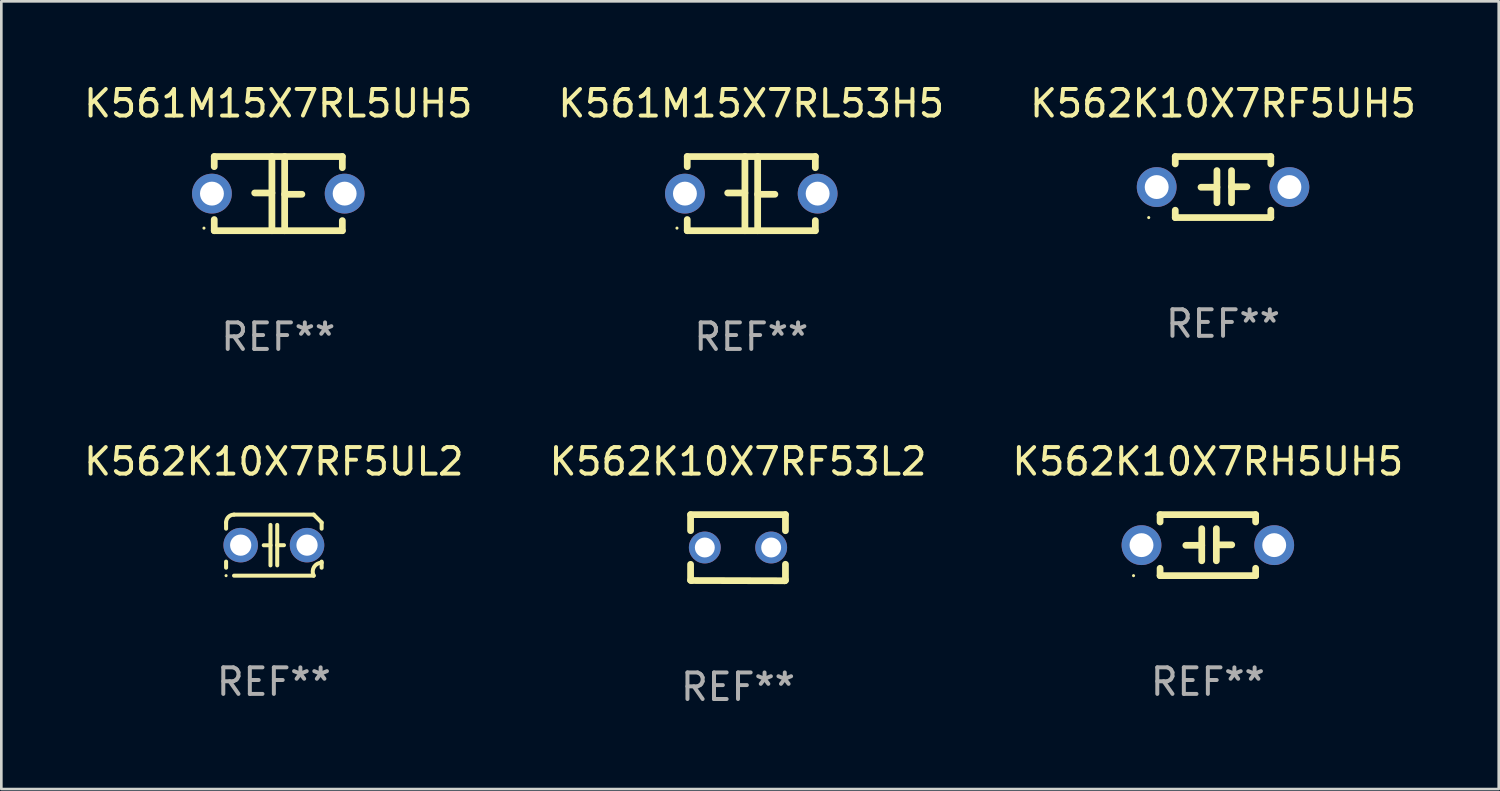
<source format=kicad_pcb>
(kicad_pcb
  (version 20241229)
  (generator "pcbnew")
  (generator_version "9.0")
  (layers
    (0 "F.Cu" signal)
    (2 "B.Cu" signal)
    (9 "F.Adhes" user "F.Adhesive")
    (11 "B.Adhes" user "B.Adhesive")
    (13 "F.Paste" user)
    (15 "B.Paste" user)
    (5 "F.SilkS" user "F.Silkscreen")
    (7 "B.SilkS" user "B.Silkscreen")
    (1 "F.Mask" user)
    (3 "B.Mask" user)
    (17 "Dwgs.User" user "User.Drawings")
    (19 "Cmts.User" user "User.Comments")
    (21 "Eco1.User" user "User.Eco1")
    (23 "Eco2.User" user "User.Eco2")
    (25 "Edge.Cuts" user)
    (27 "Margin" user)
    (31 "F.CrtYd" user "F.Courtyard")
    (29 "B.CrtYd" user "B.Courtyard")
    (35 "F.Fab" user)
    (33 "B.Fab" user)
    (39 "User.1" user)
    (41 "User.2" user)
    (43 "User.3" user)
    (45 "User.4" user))
  (footprint "K561M15X7RL53H5"
    (layer "F.Cu")
    (at 25.256 4.245)
    (property "Reference" "K561M15X7RL53H5" (at 0 -3.397 0) (layer "F.SilkS") (effects (font (size 1 1) (thickness 0.15))))
    (attr through_hole)
    (fp_line (start -2.413 -1.397) (end 2.413 -1.397) (stroke (width 0.254) (type solid)) (layer "F.SilkS"))
    (fp_line (start -2.413 -1.016) (end -2.413 -1.397) (stroke (width 0.254) (type solid)) (layer "F.SilkS"))
    (fp_line (start -2.413 0.977) (end -2.413 1.397) (stroke (width 0.254) (type solid)) (layer "F.SilkS"))
    (fp_line (start -0.24 -0.025) (end -0.889 -0.025) (stroke (width 0.254) (type solid)) (layer "F.SilkS"))
    (fp_line (start -0.24 1.397) (end -0.24 -1.397) (stroke (width 0.254) (type solid)) (layer "F.SilkS"))
    (fp_line (start 0.24 -1.397) (end 0.24 1.397) (stroke (width 0.254) (type solid)) (layer "F.SilkS"))
    (fp_line (start 0.24 0.025) (end 0.889 0.025) (stroke (width 0.254) (type solid)) (layer "F.SilkS"))
    (fp_line (start 2.413 -0.977) (end 2.413 -1.397) (stroke (width 0.254) (type solid)) (layer "F.SilkS"))
    (fp_line (start 2.413 1.016) (end 2.413 1.397) (stroke (width 0.254) (type solid)) (layer "F.SilkS"))
    (fp_line (start 2.413 1.397) (end -2.413 1.397) (stroke (width 0.254) (type solid)) (layer "F.SilkS"))
    (fp_circle (center -2.8 1.3) (end -2.77 1.3) (stroke (width 0.06) (type solid)) (fill no) (layer "F.SilkS"))
    (fp_text user "REF**" (at 0 5.397 0) (layer "F.Fab") (effects (font (size 1 1) (thickness 0.15))))
    (pad "1" thru_hole circle (at -2.5 0) (size 1.5 1.5) (drill 0.9) (layers "*.Cu" "*.Mask"))
    (pad "2" thru_hole circle (at 2.5 0) (size 1.5 1.5) (drill 0.9) (layers "*.Cu" "*.Mask")))
  (footprint "K562K10X7RF53L2"
    (layer "F.Cu")
    (at 24.756 17.585)
    (property "Reference" "K562K10X7RF53L2" (at 0 -3.246 0) (layer "F.SilkS") (effects (font (size 1 1) (thickness 0.15))))
    (attr through_hole)
    (fp_line (start -1.787 -1.246) (end -1.787 -0.642) (stroke (width 0.254) (type solid)) (layer "F.SilkS"))
    (fp_line (start -1.787 0.627) (end -1.787 1.228) (stroke (width 0.254) (type solid)) (layer "F.SilkS"))
    (fp_line (start -1.787 1.228) (end -1.75 1.237) (stroke (width 0.254) (type solid)) (layer "F.SilkS"))
    (fp_line (start -1.75 1.237) (end 1.759 1.246) (stroke (width 0.254) (type solid)) (layer "F.SilkS"))
    (fp_line (start 1.759 1.246) (end 1.787 1.218) (stroke (width 0.254) (type solid)) (layer "F.SilkS"))
    (fp_line (start 1.787 -1.246) (end -1.787 -1.246) (stroke (width 0.254) (type solid)) (layer "F.SilkS"))
    (fp_line (start 1.787 -0.639) (end 1.787 -1.246) (stroke (width 0.254) (type solid)) (layer "F.SilkS"))
    (fp_line (start 1.787 1.237) (end 1.787 0.625) (stroke (width 0.254) (type solid)) (layer "F.SilkS"))
    (fp_circle (center -1.801 1.243) (end -1.771 1.243) (stroke (width 0.06) (type solid)) (fill no) (layer "F.SilkS"))
    (fp_text user "REF**" (at 0 5.246 0) (layer "F.Fab") (effects (font (size 1 1) (thickness 0.15))))
    (pad "1" thru_hole circle (at -1.251 -0.007) (size 1.2 1.2) (drill 0.75) (layers "*.Cu" "*.Mask"))
    (pad "2" thru_hole circle (at 1.249 -0.007) (size 1.2 1.2) (drill 0.75) (layers "*.Cu" "*.Mask")))
  (footprint "K562K10X7RF5UL2"
    (layer "F.Cu")
    (at 7.268 17.489)
    (property "Reference" "K562K10X7RF5UL2" (at 0 -3.15 0) (layer "F.SilkS") (effects (font (size 1 1) (thickness 0.15))))
    (attr through_hole)
    (fp_line (start -1.8 -0.621) (end -1.8 -0.85) (stroke (width 0.152) (type solid)) (layer "F.SilkS"))
    (fp_line (start -1.8 0.85) (end -1.8 0.621) (stroke (width 0.152) (type solid)) (layer "F.SilkS"))
    (fp_line (start -1.5 -1.15) (end 1.5 -1.15) (stroke (width 0.152) (type solid)) (layer "F.SilkS"))
    (fp_line (start -0.127 -0.762) (end -0.127 0.762) (stroke (width 0.152) (type solid)) (layer "F.SilkS"))
    (fp_line (start -0.127 0.005) (end -0.381 0.005) (stroke (width 0.152) (type solid)) (layer "F.SilkS"))
    (fp_line (start 0.127 -0.762) (end 0.127 0.762) (stroke (width 0.152) (type solid)) (layer "F.SilkS"))
    (fp_line (start 0.127 0.002) (end 0.381 0.002) (stroke (width 0.152) (type solid)) (layer "F.SilkS"))
    (fp_line (start 1.5 1.15) (end -1.5 1.15) (stroke (width 0.152) (type solid)) (layer "F.SilkS"))
    (fp_line (start 1.8 -0.85) (end 1.8 -0.621) (stroke (width 0.152) (type solid)) (layer "F.SilkS"))
    (fp_line (start 1.8 0.621) (end 1.8 0.85) (stroke (width 0.152) (type solid)) (layer "F.SilkS"))
    (fp_arc (start -1.799975 -0.849987) (mid -1.712107 -1.062119) (end -1.499975 -1.149987) (stroke (width 0.151994) (type solid)) (layer "F.SilkS"))
    (fp_arc (start 1.499975 1.149987) (mid 1.513726 0.822359) (end 1.799975 0.662387) (stroke (width 0.151994) (type solid)) (layer "F.SilkS"))
    (fp_arc (start 1.500001 -1.149986) (mid 1.650015 -1.000001) (end 1.8 -0.849987) (stroke (width 0.151994) (type solid)) (layer "F.SilkS"))
    (fp_circle (center -1.8 1.15) (end -1.77 1.15) (stroke (width 0.06) (type solid)) (fill no) (layer "F.SilkS"))
    (fp_text user "REF**" (at 0 5.15 0) (layer "F.Fab") (effects (font (size 1 1) (thickness 0.15))))
    (pad "1" thru_hole circle (at -1.25 0) (size 1.3 1.3) (drill 0.8) (layers "*.Cu" "*.Mask"))
    (pad "2" thru_hole circle (at 1.25 0) (size 1.3 1.3) (drill 0.8) (layers "*.Cu" "*.Mask")))
  (footprint "K562K10X7RH5UH5"
    (layer "F.Cu")
    (at 42.458 17.489)
    (property "Reference" "K562K10X7RH5UH5" (at 0 -3.15 0) (layer "F.SilkS") (effects (font (size 1 1) (thickness 0.15))))
    (attr through_hole)
    (fp_line (start -1.8 -1.15) (end -1.8 -0.872) (stroke (width 0.254) (type solid)) (layer "F.SilkS"))
    (fp_line (start -1.8 -1.15) (end 1.8 -1.15) (stroke (width 0.254) (type solid)) (layer "F.SilkS"))
    (fp_line (start -1.8 0.872) (end -1.8 1.15) (stroke (width 0.254) (type solid)) (layer "F.SilkS"))
    (fp_line (start -1.8 1.15) (end 1.8 1.15) (stroke (width 0.254) (type solid)) (layer "F.SilkS"))
    (fp_line (start -0.23 -0.62) (end -0.23 0.59) (stroke (width 0.254) (type solid)) (layer "F.SilkS"))
    (fp_line (start -0.23 0.007) (end -0.83 0.007) (stroke (width 0.254) (type solid)) (layer "F.SilkS"))
    (fp_line (start 0.32 -0.62) (end 0.32 0.59) (stroke (width 0.254) (type solid)) (layer "F.SilkS"))
    (fp_line (start 0.32 -0.012) (end 0.9 -0.012) (stroke (width 0.254) (type solid)) (layer "F.SilkS"))
    (fp_line (start 1.8 -1.15) (end 1.8 -0.872) (stroke (width 0.254) (type solid)) (layer "F.SilkS"))
    (fp_line (start 1.8 0.872) (end 1.8 1.15) (stroke (width 0.254) (type solid)) (layer "F.SilkS"))
    (fp_circle (center -2.8 1.15) (end -2.77 1.15) (stroke (width 0.06) (type solid)) (fill no) (layer "F.SilkS"))
    (fp_text user "REF**" (at 0 5.15 0) (layer "F.Fab") (effects (font (size 1 1) (thickness 0.15))))
    (pad "1" thru_hole circle (at -2.5 0) (size 1.5 1.5) (drill 0.9) (layers "*.Cu" "*.Mask"))
    (pad "2" thru_hole circle (at 2.5 0) (size 1.5 1.5) (drill 0.9) (layers "*.Cu" "*.Mask")))
  (footprint "K561M15X7RL5UH5"
    (layer "F.Cu")
    (at 7.435 4.245)
    (property "Reference" "K561M15X7RL5UH5" (at 0 -3.397 0) (layer "F.SilkS") (effects (font (size 1 1) (thickness 0.15))))
    (attr through_hole)
    (fp_line (start -2.413 -1.397) (end 2.413 -1.397) (stroke (width 0.254) (type solid)) (layer "F.SilkS"))
    (fp_line (start -2.413 -1.016) (end -2.413 -1.397) (stroke (width 0.254) (type solid)) (layer "F.SilkS"))
    (fp_line (start -2.413 0.977) (end -2.413 1.397) (stroke (width 0.254) (type solid)) (layer "F.SilkS"))
    (fp_line (start -0.24 -0.025) (end -0.889 -0.025) (stroke (width 0.254) (type solid)) (layer "F.SilkS"))
    (fp_line (start -0.24 1.397) (end -0.24 -1.397) (stroke (width 0.254) (type solid)) (layer "F.SilkS"))
    (fp_line (start 0.24 -1.397) (end 0.24 1.397) (stroke (width 0.254) (type solid)) (layer "F.SilkS"))
    (fp_line (start 0.24 0.025) (end 0.889 0.025) (stroke (width 0.254) (type solid)) (layer "F.SilkS"))
    (fp_line (start 2.413 -0.977) (end 2.413 -1.397) (stroke (width 0.254) (type solid)) (layer "F.SilkS"))
    (fp_line (start 2.413 1.016) (end 2.413 1.397) (stroke (width 0.254) (type solid)) (layer "F.SilkS"))
    (fp_line (start 2.413 1.397) (end -2.413 1.397) (stroke (width 0.254) (type solid)) (layer "F.SilkS"))
    (fp_circle (center -2.8 1.3) (end -2.77 1.3) (stroke (width 0.06) (type solid)) (fill no) (layer "F.SilkS"))
    (fp_text user "REF**" (at 0 5.397 0) (layer "F.Fab") (effects (font (size 1 1) (thickness 0.15))))
    (pad "1" thru_hole circle (at -2.5 0) (size 1.5 1.5) (drill 0.9) (layers "*.Cu" "*.Mask"))
    (pad "2" thru_hole circle (at 2.5 0) (size 1.5 1.5) (drill 0.9) (layers "*.Cu" "*.Mask")))
  (footprint "K562K10X7RF5UH5"
    (layer "F.Cu")
    (at 43.03 3.998)
    (property "Reference" "K562K10X7RF5UH5" (at 0 -3.15 0) (layer "F.SilkS") (effects (font (size 1 1) (thickness 0.15))))
    (attr through_hole)
    (fp_line (start -1.8 -1.15) (end -1.8 -0.872) (stroke (width 0.254) (type solid)) (layer "F.SilkS"))
    (fp_line (start -1.8 -1.15) (end 1.8 -1.15) (stroke (width 0.254) (type solid)) (layer "F.SilkS"))
    (fp_line (start -1.8 0.872) (end -1.8 1.15) (stroke (width 0.254) (type solid)) (layer "F.SilkS"))
    (fp_line (start -1.8 1.15) (end 1.8 1.15) (stroke (width 0.254) (type solid)) (layer "F.SilkS"))
    (fp_line (start -0.23 -0.62) (end -0.23 0.59) (stroke (width 0.254) (type solid)) (layer "F.SilkS"))
    (fp_line (start -0.23 0.007) (end -0.83 0.007) (stroke (width 0.254) (type solid)) (layer "F.SilkS"))
    (fp_line (start 0.32 -0.62) (end 0.32 0.59) (stroke (width 0.254) (type solid)) (layer "F.SilkS"))
    (fp_line (start 0.32 -0.012) (end 0.9 -0.012) (stroke (width 0.254) (type solid)) (layer "F.SilkS"))
    (fp_line (start 1.8 -1.15) (end 1.8 -0.872) (stroke (width 0.254) (type solid)) (layer "F.SilkS"))
    (fp_line (start 1.8 0.872) (end 1.8 1.15) (stroke (width 0.254) (type solid)) (layer "F.SilkS"))
    (fp_circle (center -2.8 1.15) (end -2.77 1.15) (stroke (width 0.06) (type solid)) (fill no) (layer "F.SilkS"))
    (fp_text user "REF**" (at 0 5.15 0) (layer "F.Fab") (effects (font (size 1 1) (thickness 0.15))))
    (pad "1" thru_hole circle (at -2.5 0) (size 1.5 1.5) (drill 0.9) (layers "*.Cu" "*.Mask"))
    (pad "2" thru_hole circle (at 2.5 0) (size 1.5 1.5) (drill 0.9) (layers "*.Cu" "*.Mask")))
  (gr_rect
    (start -3 -3)
    (end 53.417 26.68)
    (stroke (width 0.1) (type default))
    (fill no)
    (layer "Edge.Cuts")))
</source>
